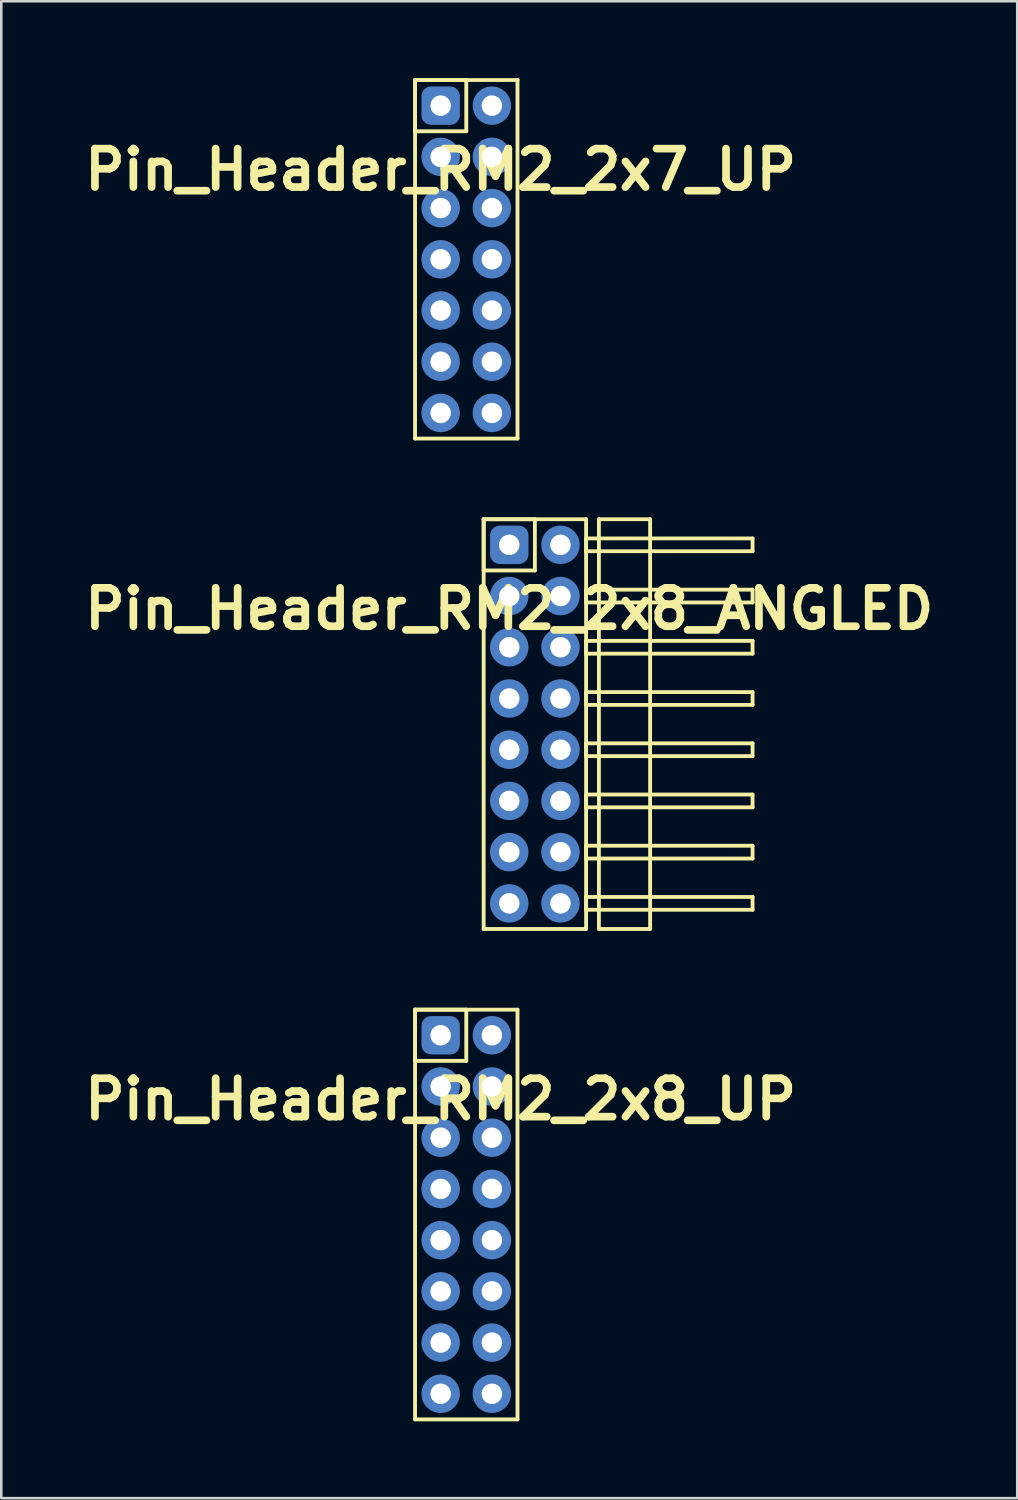
<source format=kicad_pcb>
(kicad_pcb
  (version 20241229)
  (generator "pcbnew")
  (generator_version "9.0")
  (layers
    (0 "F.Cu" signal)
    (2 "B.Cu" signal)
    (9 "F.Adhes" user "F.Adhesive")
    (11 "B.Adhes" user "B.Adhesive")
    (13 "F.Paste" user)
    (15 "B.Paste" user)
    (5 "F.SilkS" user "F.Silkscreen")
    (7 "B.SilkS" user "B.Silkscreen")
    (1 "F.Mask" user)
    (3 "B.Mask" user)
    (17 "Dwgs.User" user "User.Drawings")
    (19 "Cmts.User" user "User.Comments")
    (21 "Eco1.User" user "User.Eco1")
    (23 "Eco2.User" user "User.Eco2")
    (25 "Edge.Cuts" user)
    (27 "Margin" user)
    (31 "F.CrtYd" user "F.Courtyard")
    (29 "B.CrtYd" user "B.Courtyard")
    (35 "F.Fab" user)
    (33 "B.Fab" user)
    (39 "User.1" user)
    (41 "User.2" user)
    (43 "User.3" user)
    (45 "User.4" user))
  (footprint "Pin_Header_RM2_2x7_UP"
    (layer "F.Cu")
    (at 14.157 1.075)
    (property "Reference" "Pin_Header_RM2_2x7_UP" (at 0 2.5 0) (layer "F.SilkS") (effects (font (size 1.5 1.5) (thickness 0.3))))
    (attr through_hole)
    (fp_line (start -1 -1) (end 1 -1) (stroke (width 0.15) (type solid)) (layer "F.SilkS"))
    (fp_line (start -1 -1) (end 3 -1) (stroke (width 0.15) (type solid)) (layer "F.SilkS"))
    (fp_line (start -1 1) (end -1 -1) (stroke (width 0.15) (type solid)) (layer "F.SilkS"))
    (fp_line (start -1 13) (end -1 -1) (stroke (width 0.15) (type solid)) (layer "F.SilkS"))
    (fp_line (start 1 -1) (end 1 1) (stroke (width 0.15) (type solid)) (layer "F.SilkS"))
    (fp_line (start 1 1) (end -1 1) (stroke (width 0.15) (type solid)) (layer "F.SilkS"))
    (fp_line (start 3 -1) (end 3 13) (stroke (width 0.15) (type solid)) (layer "F.SilkS"))
    (fp_line (start 3 13) (end -1 13) (stroke (width 0.15) (type solid)) (layer "F.SilkS"))
    (pad "1" thru_hole circle (at 0 0) (size 1.1 1.1) (drill 0.8) (layers "*.Cu" "*.Mask"))
    (pad "1" smd roundrect (at 0 0) (size 1.25 1.25) (layers "F.Cu" "F.Mask") (roundrect_rratio 0.25))
    (pad "1" smd roundrect (at 0 0) (size 1.5 1.5) (layers "B.Cu" "B.Mask") (roundrect_rratio 0.25))
    (pad "2" thru_hole circle (at 2 0) (size 1.1 1.1) (drill 0.8) (layers "*.Cu" "*.Mask"))
    (pad "2" smd circle (at 2 0) (size 1.25 1.25) (layers "F.Cu" "F.Mask"))
    (pad "2" smd circle (at 2 0) (size 1.5 1.5) (layers "B.Cu" "B.Mask"))
    (pad "3" thru_hole circle (at 0 2) (size 1.1 1.1) (drill 0.8) (layers "*.Cu" "*.Mask"))
    (pad "3" smd circle (at 0 2) (size 1.25 1.25) (layers "F.Cu" "F.Mask"))
    (pad "3" smd circle (at 0 2) (size 1.5 1.5) (layers "B.Cu" "B.Mask"))
    (pad "4" thru_hole circle (at 2 2) (size 1.1 1.1) (drill 0.8) (layers "*.Cu" "*.Mask"))
    (pad "4" smd circle (at 2 2) (size 1.25 1.25) (layers "F.Cu" "F.Mask"))
    (pad "4" smd circle (at 2 2) (size 1.5 1.5) (layers "B.Cu" "B.Mask"))
    (pad "5" thru_hole circle (at 0 4) (size 1.1 1.1) (drill 0.8) (layers "*.Cu" "*.Mask"))
    (pad "5" smd circle (at 0 4) (size 1.25 1.25) (layers "F.Cu" "F.Mask"))
    (pad "5" smd circle (at 0 4) (size 1.5 1.5) (layers "B.Cu" "B.Mask"))
    (pad "6" thru_hole circle (at 2 4) (size 1.1 1.1) (drill 0.8) (layers "*.Cu" "*.Mask"))
    (pad "6" smd circle (at 2 4) (size 1.25 1.25) (layers "F.Cu" "F.Mask"))
    (pad "6" smd circle (at 2 4) (size 1.5 1.5) (layers "B.Cu" "B.Mask"))
    (pad "7" thru_hole circle (at 0 6) (size 1.1 1.1) (drill 0.8) (layers "*.Cu" "*.Mask"))
    (pad "7" smd circle (at 0 6) (size 1.25 1.25) (layers "F.Cu" "F.Mask"))
    (pad "7" smd circle (at 0 6) (size 1.5 1.5) (layers "B.Cu" "B.Mask"))
    (pad "8" thru_hole circle (at 2 6) (size 1.1 1.1) (drill 0.8) (layers "*.Cu" "*.Mask"))
    (pad "8" smd circle (at 2 6) (size 1.25 1.25) (layers "F.Cu" "F.Mask"))
    (pad "8" smd circle (at 2 6) (size 1.5 1.5) (layers "B.Cu" "B.Mask"))
    (pad "9" thru_hole circle (at 0 8) (size 1.1 1.1) (drill 0.8) (layers "*.Cu" "*.Mask"))
    (pad "9" smd circle (at 0 8) (size 1.25 1.25) (layers "F.Cu" "F.Mask"))
    (pad "9" smd circle (at 0 8) (size 1.5 1.5) (layers "B.Cu" "B.Mask"))
    (pad "10" thru_hole circle (at 2 8) (size 1.1 1.1) (drill 0.8) (layers "*.Cu" "*.Mask"))
    (pad "10" smd circle (at 2 8) (size 1.25 1.25) (layers "F.Cu" "F.Mask"))
    (pad "10" smd circle (at 2 8) (size 1.5 1.5) (layers "B.Cu" "B.Mask"))
    (pad "11" thru_hole circle (at 0 10) (size 1.1 1.1) (drill 0.8) (layers "*.Cu" "*.Mask"))
    (pad "11" smd circle (at 0 10) (size 1.25 1.25) (layers "F.Cu" "F.Mask"))
    (pad "11" smd circle (at 0 10) (size 1.5 1.5) (layers "B.Cu" "B.Mask"))
    (pad "12" thru_hole circle (at 2 10) (size 1.1 1.1) (drill 0.8) (layers "*.Cu" "*.Mask"))
    (pad "12" smd circle (at 2 10) (size 1.25 1.25) (layers "F.Cu" "F.Mask"))
    (pad "12" smd circle (at 2 10) (size 1.5 1.5) (layers "B.Cu" "B.Mask"))
    (pad "13" thru_hole circle (at 0 12) (size 1.1 1.1) (drill 0.8) (layers "*.Cu" "*.Mask"))
    (pad "13" smd circle (at 0 12) (size 1.25 1.25) (layers "F.Cu" "F.Mask"))
    (pad "13" smd circle (at 0 12) (size 1.5 1.5) (layers "B.Cu" "B.Mask"))
    (pad "14" thru_hole circle (at 2 12) (size 1.1 1.1) (drill 0.8) (layers "*.Cu" "*.Mask"))
    (pad "14" smd circle (at 2 12) (size 1.25 1.25) (layers "F.Cu" "F.Mask"))
    (pad "14" smd circle (at 2 12) (size 1.5 1.5) (layers "B.Cu" "B.Mask")))
  (footprint "Pin_Header_RM2_2x8_ANGLED"
    (layer "F.Cu")
    (at 16.836 18.225)
    (property "Reference" "Pin_Header_RM2_2x8_ANGLED" (at 0 2.5 0) (layer "F.SilkS") (effects (font (size 1.5 1.5) (thickness 0.3))))
    (attr through_hole)
    (fp_line (start -1 -1) (end 1 -1) (stroke (width 0.15) (type solid)) (layer "F.SilkS"))
    (fp_line (start -1 -1) (end 3 -1) (stroke (width 0.15) (type solid)) (layer "F.SilkS"))
    (fp_line (start -1 1) (end -1 -1) (stroke (width 0.15) (type solid)) (layer "F.SilkS"))
    (fp_line (start -1 15) (end -1 -1) (stroke (width 0.15) (type solid)) (layer "F.SilkS"))
    (fp_line (start 1 -1) (end 1 1) (stroke (width 0.15) (type solid)) (layer "F.SilkS"))
    (fp_line (start 1 1) (end -1 1) (stroke (width 0.15) (type solid)) (layer "F.SilkS"))
    (fp_line (start 3 -1) (end 3 15) (stroke (width 0.15) (type solid)) (layer "F.SilkS"))
    (fp_line (start 3 -0.25) (end 9.5 -0.25) (stroke (width 0.15) (type solid)) (layer "F.SilkS"))
    (fp_line (start 3 0.25) (end 3 -0.25) (stroke (width 0.15) (type solid)) (layer "F.SilkS"))
    (fp_line (start 3 1.75) (end 9.5 1.75) (stroke (width 0.15) (type solid)) (layer "F.SilkS"))
    (fp_line (start 3 2.25) (end 3 1.75) (stroke (width 0.15) (type solid)) (layer "F.SilkS"))
    (fp_line (start 3 3.75) (end 9.5 3.75) (stroke (width 0.15) (type solid)) (layer "F.SilkS"))
    (fp_line (start 3 4.25) (end 3 3.75) (stroke (width 0.15) (type solid)) (layer "F.SilkS"))
    (fp_line (start 3 5.75) (end 9.5 5.75) (stroke (width 0.15) (type solid)) (layer "F.SilkS"))
    (fp_line (start 3 6.25) (end 3 5.75) (stroke (width 0.15) (type solid)) (layer "F.SilkS"))
    (fp_line (start 3 7.75) (end 9.5 7.75) (stroke (width 0.15) (type solid)) (layer "F.SilkS"))
    (fp_line (start 3 8.25) (end 3 7.75) (stroke (width 0.15) (type solid)) (layer "F.SilkS"))
    (fp_line (start 3 9.75) (end 9.5 9.75) (stroke (width 0.15) (type solid)) (layer "F.SilkS"))
    (fp_line (start 3 10.25) (end 3 9.75) (stroke (width 0.15) (type solid)) (layer "F.SilkS"))
    (fp_line (start 3 11.75) (end 9.5 11.75) (stroke (width 0.15) (type solid)) (layer "F.SilkS"))
    (fp_line (start 3 12.25) (end 3 11.75) (stroke (width 0.15) (type solid)) (layer "F.SilkS"))
    (fp_line (start 3 13.75) (end 9.5 13.75) (stroke (width 0.15) (type solid)) (layer "F.SilkS"))
    (fp_line (start 3 14.25) (end 3 13.75) (stroke (width 0.15) (type solid)) (layer "F.SilkS"))
    (fp_line (start 3 15) (end -1 15) (stroke (width 0.15) (type solid)) (layer "F.SilkS"))
    (fp_line (start 3.5 -1) (end 5.5 -1) (stroke (width 0.15) (type solid)) (layer "F.SilkS"))
    (fp_line (start 3.5 15) (end 3.5 -1) (stroke (width 0.15) (type solid)) (layer "F.SilkS"))
    (fp_line (start 5.5 -1) (end 5.5 15) (stroke (width 0.15) (type solid)) (layer "F.SilkS"))
    (fp_line (start 5.5 15) (end 3.5 15) (stroke (width 0.15) (type solid)) (layer "F.SilkS"))
    (fp_line (start 9.5 -0.25) (end 9.5 0.25) (stroke (width 0.15) (type solid)) (layer "F.SilkS"))
    (fp_line (start 9.5 0.25) (end 3 0.25) (stroke (width 0.15) (type solid)) (layer "F.SilkS"))
    (fp_line (start 9.5 1.75) (end 9.5 2.25) (stroke (width 0.15) (type solid)) (layer "F.SilkS"))
    (fp_line (start 9.5 2.25) (end 3 2.25) (stroke (width 0.15) (type solid)) (layer "F.SilkS"))
    (fp_line (start 9.5 3.75) (end 9.5 4.25) (stroke (width 0.15) (type solid)) (layer "F.SilkS"))
    (fp_line (start 9.5 4.25) (end 3 4.25) (stroke (width 0.15) (type solid)) (layer "F.SilkS"))
    (fp_line (start 9.5 5.75) (end 9.5 6.25) (stroke (width 0.15) (type solid)) (layer "F.SilkS"))
    (fp_line (start 9.5 6.25) (end 3 6.25) (stroke (width 0.15) (type solid)) (layer "F.SilkS"))
    (fp_line (start 9.5 7.75) (end 9.5 8.25) (stroke (width 0.15) (type solid)) (layer "F.SilkS"))
    (fp_line (start 9.5 8.25) (end 3 8.25) (stroke (width 0.15) (type solid)) (layer "F.SilkS"))
    (fp_line (start 9.5 9.75) (end 9.5 10.25) (stroke (width 0.15) (type solid)) (layer "F.SilkS"))
    (fp_line (start 9.5 10.25) (end 3 10.25) (stroke (width 0.15) (type solid)) (layer "F.SilkS"))
    (fp_line (start 9.5 11.75) (end 9.5 12.25) (stroke (width 0.15) (type solid)) (layer "F.SilkS"))
    (fp_line (start 9.5 12.25) (end 3 12.25) (stroke (width 0.15) (type solid)) (layer "F.SilkS"))
    (fp_line (start 9.5 13.75) (end 9.5 14.25) (stroke (width 0.15) (type solid)) (layer "F.SilkS"))
    (fp_line (start 9.5 14.25) (end 3 14.25) (stroke (width 0.15) (type solid)) (layer "F.SilkS"))
    (pad "1" thru_hole circle (at 0 0) (size 1.1 1.1) (drill 0.8) (layers "*.Cu" "*.Mask"))
    (pad "1" smd roundrect (at 0 0) (size 1.25 1.25) (layers "F.Cu" "F.Mask") (roundrect_rratio 0.25))
    (pad "1" smd roundrect (at 0 0) (size 1.5 1.5) (layers "B.Cu" "B.Mask") (roundrect_rratio 0.25))
    (pad "2" thru_hole circle (at 2 0) (size 1.1 1.1) (drill 0.8) (layers "*.Cu" "*.Mask"))
    (pad "2" smd circle (at 2 0) (size 1.25 1.25) (layers "F.Cu" "F.Mask"))
    (pad "2" smd circle (at 2 0) (size 1.5 1.5) (layers "B.Cu" "B.Mask"))
    (pad "3" thru_hole circle (at 0 2) (size 1.1 1.1) (drill 0.8) (layers "*.Cu" "*.Mask"))
    (pad "3" smd circle (at 0 2) (size 1.25 1.25) (layers "F.Cu" "F.Mask"))
    (pad "3" smd circle (at 0 2) (size 1.5 1.5) (layers "B.Cu" "B.Mask"))
    (pad "4" thru_hole circle (at 2 2) (size 1.1 1.1) (drill 0.8) (layers "*.Cu" "*.Mask"))
    (pad "4" smd circle (at 2 2) (size 1.25 1.25) (layers "F.Cu" "F.Mask"))
    (pad "4" smd circle (at 2 2) (size 1.5 1.5) (layers "B.Cu" "B.Mask"))
    (pad "5" thru_hole circle (at 0 4) (size 1.1 1.1) (drill 0.8) (layers "*.Cu" "*.Mask"))
    (pad "5" smd circle (at 0 4) (size 1.25 1.25) (layers "F.Cu" "F.Mask"))
    (pad "5" smd circle (at 0 4) (size 1.5 1.5) (layers "B.Cu" "B.Mask"))
    (pad "6" thru_hole circle (at 2 4) (size 1.1 1.1) (drill 0.8) (layers "*.Cu" "*.Mask"))
    (pad "6" smd circle (at 2 4) (size 1.25 1.25) (layers "F.Cu" "F.Mask"))
    (pad "6" smd circle (at 2 4) (size 1.5 1.5) (layers "B.Cu" "B.Mask"))
    (pad "7" thru_hole circle (at 0 6) (size 1.1 1.1) (drill 0.8) (layers "*.Cu" "*.Mask"))
    (pad "7" smd circle (at 0 6) (size 1.25 1.25) (layers "F.Cu" "F.Mask"))
    (pad "7" smd circle (at 0 6) (size 1.5 1.5) (layers "B.Cu" "B.Mask"))
    (pad "8" thru_hole circle (at 2 6) (size 1.1 1.1) (drill 0.8) (layers "*.Cu" "*.Mask"))
    (pad "8" smd circle (at 2 6) (size 1.25 1.25) (layers "F.Cu" "F.Mask"))
    (pad "8" smd circle (at 2 6) (size 1.5 1.5) (layers "B.Cu" "B.Mask"))
    (pad "9" thru_hole circle (at 0 8) (size 1.1 1.1) (drill 0.8) (layers "*.Cu" "*.Mask"))
    (pad "9" smd circle (at 0 8) (size 1.25 1.25) (layers "F.Cu" "F.Mask"))
    (pad "9" smd circle (at 0 8) (size 1.5 1.5) (layers "B.Cu" "B.Mask"))
    (pad "10" thru_hole circle (at 2 8) (size 1.1 1.1) (drill 0.8) (layers "*.Cu" "*.Mask"))
    (pad "10" smd circle (at 2 8) (size 1.25 1.25) (layers "F.Cu" "F.Mask"))
    (pad "10" smd circle (at 2 8) (size 1.5 1.5) (layers "B.Cu" "B.Mask"))
    (pad "11" thru_hole circle (at 0 10) (size 1.1 1.1) (drill 0.8) (layers "*.Cu" "*.Mask"))
    (pad "11" smd circle (at 0 10) (size 1.25 1.25) (layers "F.Cu" "F.Mask"))
    (pad "11" smd circle (at 0 10) (size 1.5 1.5) (layers "B.Cu" "B.Mask"))
    (pad "12" thru_hole circle (at 2 10) (size 1.1 1.1) (drill 0.8) (layers "*.Cu" "*.Mask"))
    (pad "12" smd circle (at 2 10) (size 1.25 1.25) (layers "F.Cu" "F.Mask"))
    (pad "12" smd circle (at 2 10) (size 1.5 1.5) (layers "B.Cu" "B.Mask"))
    (pad "13" thru_hole circle (at 0 12) (size 1.1 1.1) (drill 0.8) (layers "*.Cu" "*.Mask"))
    (pad "13" smd circle (at 0 12) (size 1.25 1.25) (layers "F.Cu" "F.Mask"))
    (pad "13" smd circle (at 0 12) (size 1.5 1.5) (layers "B.Cu" "B.Mask"))
    (pad "14" thru_hole circle (at 2 12) (size 1.1 1.1) (drill 0.8) (layers "*.Cu" "*.Mask"))
    (pad "14" smd circle (at 2 12) (size 1.25 1.25) (layers "F.Cu" "F.Mask"))
    (pad "14" smd circle (at 2 12) (size 1.5 1.5) (layers "B.Cu" "B.Mask"))
    (pad "15" thru_hole circle (at 0 14) (size 1.1 1.1) (drill 0.8) (layers "*.Cu" "*.Mask"))
    (pad "15" smd circle (at 0 14) (size 1.25 1.25) (layers "F.Cu" "F.Mask"))
    (pad "15" smd circle (at 0 14) (size 1.5 1.5) (layers "B.Cu" "B.Mask"))
    (pad "16" thru_hole circle (at 2 14) (size 1.1 1.1) (drill 0.8) (layers "*.Cu" "*.Mask"))
    (pad "16" smd circle (at 2 14) (size 1.25 1.25) (layers "F.Cu" "F.Mask"))
    (pad "16" smd circle (at 2 14) (size 1.5 1.5) (layers "B.Cu" "B.Mask")))
  (footprint "Pin_Header_RM2_2x8_UP"
    (layer "F.Cu")
    (at 14.157 37.375)
    (property "Reference" "Pin_Header_RM2_2x8_UP" (at 0 2.5 0) (layer "F.SilkS") (effects (font (size 1.5 1.5) (thickness 0.3))))
    (attr through_hole)
    (fp_line (start -1 -1) (end 1 -1) (stroke (width 0.15) (type solid)) (layer "F.SilkS"))
    (fp_line (start -1 -1) (end 3 -1) (stroke (width 0.15) (type solid)) (layer "F.SilkS"))
    (fp_line (start -1 1) (end -1 -1) (stroke (width 0.15) (type solid)) (layer "F.SilkS"))
    (fp_line (start -1 15) (end -1 -1) (stroke (width 0.15) (type solid)) (layer "F.SilkS"))
    (fp_line (start 1 -1) (end 1 1) (stroke (width 0.15) (type solid)) (layer "F.SilkS"))
    (fp_line (start 1 1) (end -1 1) (stroke (width 0.15) (type solid)) (layer "F.SilkS"))
    (fp_line (start 3 -1) (end 3 15) (stroke (width 0.15) (type solid)) (layer "F.SilkS"))
    (fp_line (start 3 15) (end -1 15) (stroke (width 0.15) (type solid)) (layer "F.SilkS"))
    (pad "1" thru_hole circle (at 0 0) (size 1.1 1.1) (drill 0.8) (layers "*.Cu" "*.Mask"))
    (pad "1" smd roundrect (at 0 0) (size 1.25 1.25) (layers "F.Cu" "F.Mask") (roundrect_rratio 0.25))
    (pad "1" smd roundrect (at 0 0) (size 1.5 1.5) (layers "B.Cu" "B.Mask") (roundrect_rratio 0.25))
    (pad "2" thru_hole circle (at 2 0) (size 1.1 1.1) (drill 0.8) (layers "*.Cu" "*.Mask"))
    (pad "2" smd circle (at 2 0) (size 1.25 1.25) (layers "F.Cu" "F.Mask"))
    (pad "2" smd circle (at 2 0) (size 1.5 1.5) (layers "B.Cu" "B.Mask"))
    (pad "3" thru_hole circle (at 0 2) (size 1.1 1.1) (drill 0.8) (layers "*.Cu" "*.Mask"))
    (pad "3" smd circle (at 0 2) (size 1.25 1.25) (layers "F.Cu" "F.Mask"))
    (pad "3" smd circle (at 0 2) (size 1.5 1.5) (layers "B.Cu" "B.Mask"))
    (pad "4" thru_hole circle (at 2 2) (size 1.1 1.1) (drill 0.8) (layers "*.Cu" "*.Mask"))
    (pad "4" smd circle (at 2 2) (size 1.25 1.25) (layers "F.Cu" "F.Mask"))
    (pad "4" smd circle (at 2 2) (size 1.5 1.5) (layers "B.Cu" "B.Mask"))
    (pad "5" thru_hole circle (at 0 4) (size 1.1 1.1) (drill 0.8) (layers "*.Cu" "*.Mask"))
    (pad "5" smd circle (at 0 4) (size 1.25 1.25) (layers "F.Cu" "F.Mask"))
    (pad "5" smd circle (at 0 4) (size 1.5 1.5) (layers "B.Cu" "B.Mask"))
    (pad "6" thru_hole circle (at 2 4) (size 1.1 1.1) (drill 0.8) (layers "*.Cu" "*.Mask"))
    (pad "6" smd circle (at 2 4) (size 1.25 1.25) (layers "F.Cu" "F.Mask"))
    (pad "6" smd circle (at 2 4) (size 1.5 1.5) (layers "B.Cu" "B.Mask"))
    (pad "7" thru_hole circle (at 0 6) (size 1.1 1.1) (drill 0.8) (layers "*.Cu" "*.Mask"))
    (pad "7" smd circle (at 0 6) (size 1.25 1.25) (layers "F.Cu" "F.Mask"))
    (pad "7" smd circle (at 0 6) (size 1.5 1.5) (layers "B.Cu" "B.Mask"))
    (pad "8" thru_hole circle (at 2 6) (size 1.1 1.1) (drill 0.8) (layers "*.Cu" "*.Mask"))
    (pad "8" smd circle (at 2 6) (size 1.25 1.25) (layers "F.Cu" "F.Mask"))
    (pad "8" smd circle (at 2 6) (size 1.5 1.5) (layers "B.Cu" "B.Mask"))
    (pad "9" thru_hole circle (at 0 8) (size 1.1 1.1) (drill 0.8) (layers "*.Cu" "*.Mask"))
    (pad "9" smd circle (at 0 8) (size 1.25 1.25) (layers "F.Cu" "F.Mask"))
    (pad "9" smd circle (at 0 8) (size 1.5 1.5) (layers "B.Cu" "B.Mask"))
    (pad "10" thru_hole circle (at 2 8) (size 1.1 1.1) (drill 0.8) (layers "*.Cu" "*.Mask"))
    (pad "10" smd circle (at 2 8) (size 1.25 1.25) (layers "F.Cu" "F.Mask"))
    (pad "10" smd circle (at 2 8) (size 1.5 1.5) (layers "B.Cu" "B.Mask"))
    (pad "11" thru_hole circle (at 0 10) (size 1.1 1.1) (drill 0.8) (layers "*.Cu" "*.Mask"))
    (pad "11" smd circle (at 0 10) (size 1.25 1.25) (layers "F.Cu" "F.Mask"))
    (pad "11" smd circle (at 0 10) (size 1.5 1.5) (layers "B.Cu" "B.Mask"))
    (pad "12" thru_hole circle (at 2 10) (size 1.1 1.1) (drill 0.8) (layers "*.Cu" "*.Mask"))
    (pad "12" smd circle (at 2 10) (size 1.25 1.25) (layers "F.Cu" "F.Mask"))
    (pad "12" smd circle (at 2 10) (size 1.5 1.5) (layers "B.Cu" "B.Mask"))
    (pad "13" thru_hole circle (at 0 12) (size 1.1 1.1) (drill 0.8) (layers "*.Cu" "*.Mask"))
    (pad "13" smd circle (at 0 12) (size 1.25 1.25) (layers "F.Cu" "F.Mask"))
    (pad "13" smd circle (at 0 12) (size 1.5 1.5) (layers "B.Cu" "B.Mask"))
    (pad "14" thru_hole circle (at 2 12) (size 1.1 1.1) (drill 0.8) (layers "*.Cu" "*.Mask"))
    (pad "14" smd circle (at 2 12) (size 1.25 1.25) (layers "F.Cu" "F.Mask"))
    (pad "14" smd circle (at 2 12) (size 1.5 1.5) (layers "B.Cu" "B.Mask"))
    (pad "15" thru_hole circle (at 0 14) (size 1.1 1.1) (drill 0.8) (layers "*.Cu" "*.Mask"))
    (pad "15" smd circle (at 0 14) (size 1.25 1.25) (layers "F.Cu" "F.Mask"))
    (pad "15" smd circle (at 0 14) (size 1.5 1.5) (layers "B.Cu" "B.Mask"))
    (pad "16" thru_hole circle (at 2 14) (size 1.1 1.1) (drill 0.8) (layers "*.Cu" "*.Mask"))
    (pad "16" smd circle (at 2 14) (size 1.25 1.25) (layers "F.Cu" "F.Mask"))
    (pad "16" smd circle (at 2 14) (size 1.5 1.5) (layers "B.Cu" "B.Mask")))
  (gr_rect
    (start -3 -3)
    (end 36.671 55.45)
    (stroke (width 0.1) (type default))
    (fill no)
    (layer "Edge.Cuts")))
</source>
